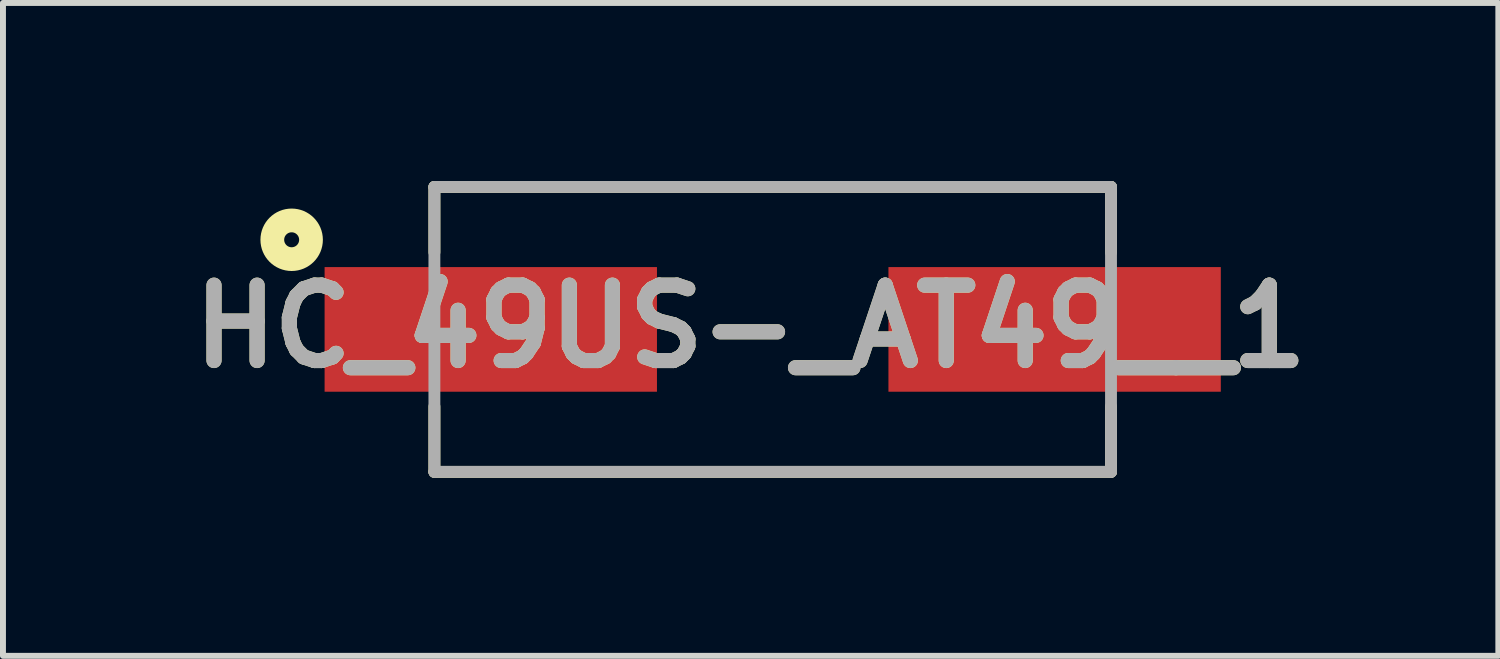
<source format=kicad_pcb>
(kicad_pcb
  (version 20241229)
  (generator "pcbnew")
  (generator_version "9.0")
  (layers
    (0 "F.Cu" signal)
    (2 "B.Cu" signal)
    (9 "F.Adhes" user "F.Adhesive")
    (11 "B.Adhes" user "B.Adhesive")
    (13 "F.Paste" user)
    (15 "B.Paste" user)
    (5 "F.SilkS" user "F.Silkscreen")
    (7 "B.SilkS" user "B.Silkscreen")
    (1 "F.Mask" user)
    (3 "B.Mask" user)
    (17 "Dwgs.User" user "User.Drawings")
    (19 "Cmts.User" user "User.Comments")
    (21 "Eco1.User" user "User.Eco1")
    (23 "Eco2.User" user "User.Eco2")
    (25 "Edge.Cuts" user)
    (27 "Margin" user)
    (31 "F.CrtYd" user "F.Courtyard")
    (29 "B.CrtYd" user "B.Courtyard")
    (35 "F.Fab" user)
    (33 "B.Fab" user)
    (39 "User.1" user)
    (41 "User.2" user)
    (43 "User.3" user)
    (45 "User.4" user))
  (footprint "HC_49US-_AT49__1"
    (layer "F.Cu")
    (at 9.969 2.5)
    (property "Reference" "HC_49US-_AT49__1" (at -0.372 -0.05 0) (layer "F.SilkS") (effects (font (size 1.27 1.27) (thickness 0.254))))
    (attr smd)
    (fp_line (start -5.7 -2.4) (end -5.7 -1.3) (stroke (width 0.2) (type solid)) (layer "F.SilkS"))
    (fp_line (start -5.7 -2.4) (end 5.7 -2.4) (stroke (width 0.2) (type solid)) (layer "F.SilkS"))
    (fp_line (start -5.7 2.4) (end -5.7 1.3) (stroke (width 0.2) (type solid)) (layer "F.SilkS"))
    (fp_line (start -5.7 2.4) (end 5.7 2.4) (stroke (width 0.2) (type solid)) (layer "F.SilkS"))
    (fp_line (start 5.7 -2.4) (end 5.7 -1.3) (stroke (width 0.2) (type solid)) (layer "F.SilkS"))
    (fp_line (start 5.7 2.4) (end 5.7 1.3) (stroke (width 0.2) (type solid)) (layer "F.SilkS"))
    (fp_circle (center -8.105 -1.51) (end -8.105 -1.384) (stroke (width 0.4) (type solid)) (fill no) (layer "F.SilkS"))
    (fp_line (start -5.7 -2.4) (end 5.7 -2.4) (stroke (width 0.2) (type solid)) (layer "F.Fab"))
    (fp_line (start -5.7 2.4) (end -5.7 -2.4) (stroke (width 0.2) (type solid)) (layer "F.Fab"))
    (fp_line (start 5.7 -2.4) (end 5.7 2.4) (stroke (width 0.2) (type solid)) (layer "F.Fab"))
    (fp_line (start 5.7 2.4) (end -5.7 2.4) (stroke (width 0.2) (type solid)) (layer "F.Fab"))
    (fp_text user "${REFERENCE}" (at -0.372 -0.05 0) (layer "F.Fab") (effects (font (size 1.27 1.27) (thickness 0.254))))
    (pad "1" smd rect (at -4.75 0 90) (size 2.1 5.6) (layers "F.Cu" "F.Mask" "F.Paste"))
    (pad "2" smd rect (at 4.75 0 90) (size 2.1 5.6) (layers "F.Cu" "F.Mask" "F.Paste")))
  (gr_rect
    (start -3 -3)
    (end 22.195 8)
    (stroke (width 0.1) (type default))
    (fill no)
    (layer "Edge.Cuts")))
</source>
